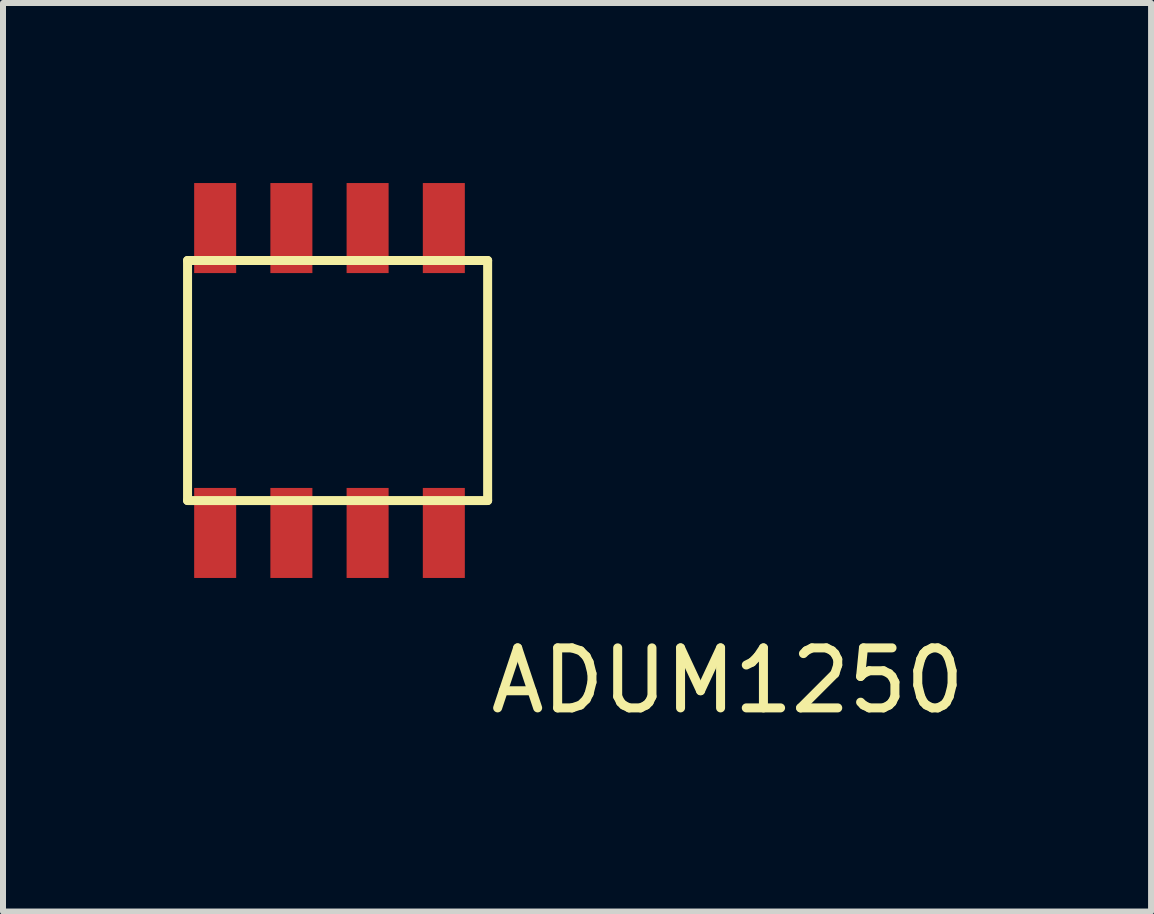
<source format=kicad_pcb>
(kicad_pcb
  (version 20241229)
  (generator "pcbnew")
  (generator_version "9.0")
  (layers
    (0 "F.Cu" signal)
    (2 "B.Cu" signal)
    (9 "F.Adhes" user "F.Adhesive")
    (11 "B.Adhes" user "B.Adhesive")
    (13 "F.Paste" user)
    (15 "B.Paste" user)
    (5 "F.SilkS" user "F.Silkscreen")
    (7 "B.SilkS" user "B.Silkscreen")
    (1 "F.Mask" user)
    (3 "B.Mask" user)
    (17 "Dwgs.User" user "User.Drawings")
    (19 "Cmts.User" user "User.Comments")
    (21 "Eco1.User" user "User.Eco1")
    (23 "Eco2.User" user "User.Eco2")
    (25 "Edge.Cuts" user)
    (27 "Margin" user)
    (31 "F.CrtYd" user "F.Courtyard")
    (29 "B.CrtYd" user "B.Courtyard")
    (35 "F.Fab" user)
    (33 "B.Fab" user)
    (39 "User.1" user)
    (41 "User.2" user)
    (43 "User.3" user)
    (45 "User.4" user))
  (footprint "ADUM1250"
    (layer "F.Cu")
    (at 3.075 3.29)
    (property "Reference" "ADUM1250" (at 6 5 0) (layer "F.SilkS") (effects (font (size 1 1) (thickness 0.15))))
    (attr through_hole)
    (fp_line (start -3 -2) (end -3 2) (stroke (width 0.15) (type solid)) (layer "F.SilkS"))
    (fp_line (start -3 2) (end 2 2) (stroke (width 0.15) (type solid)) (layer "F.SilkS"))
    (fp_line (start 2 -2) (end -3 -2) (stroke (width 0.15) (type solid)) (layer "F.SilkS"))
    (fp_line (start 2 2) (end 2 -2) (stroke (width 0.15) (type solid)) (layer "F.SilkS"))
    (pad "1" smd rect (at -2.54 2.54) (size 0.7 1.5) (layers "F.Cu" "F.Mask" "F.Paste"))
    (pad "2" smd rect (at -1.27 2.54) (size 0.7 1.5) (layers "F.Cu" "F.Mask" "F.Paste"))
    (pad "3" smd rect (at 0 2.54) (size 0.7 1.5) (layers "F.Cu" "F.Mask" "F.Paste"))
    (pad "4" smd rect (at 1.27 2.54) (size 0.7 1.5) (layers "F.Cu" "F.Mask" "F.Paste"))
    (pad "5" smd rect (at 1.27 -2.54) (size 0.7 1.5) (layers "F.Cu" "F.Mask" "F.Paste"))
    (pad "6" smd rect (at 0 -2.54) (size 0.7 1.5) (layers "F.Cu" "F.Mask" "F.Paste"))
    (pad "7" smd rect (at -1.27 -2.54) (size 0.7 1.5) (layers "F.Cu" "F.Mask" "F.Paste"))
    (pad "8" smd rect (at -2.54 -2.54) (size 0.7 1.5) (layers "F.Cu" "F.Mask" "F.Paste")))
  (gr_rect
    (start -3 -3)
    (end 16.129 12.138)
    (stroke (width 0.1) (type default))
    (fill no)
    (layer "Edge.Cuts")))
</source>
